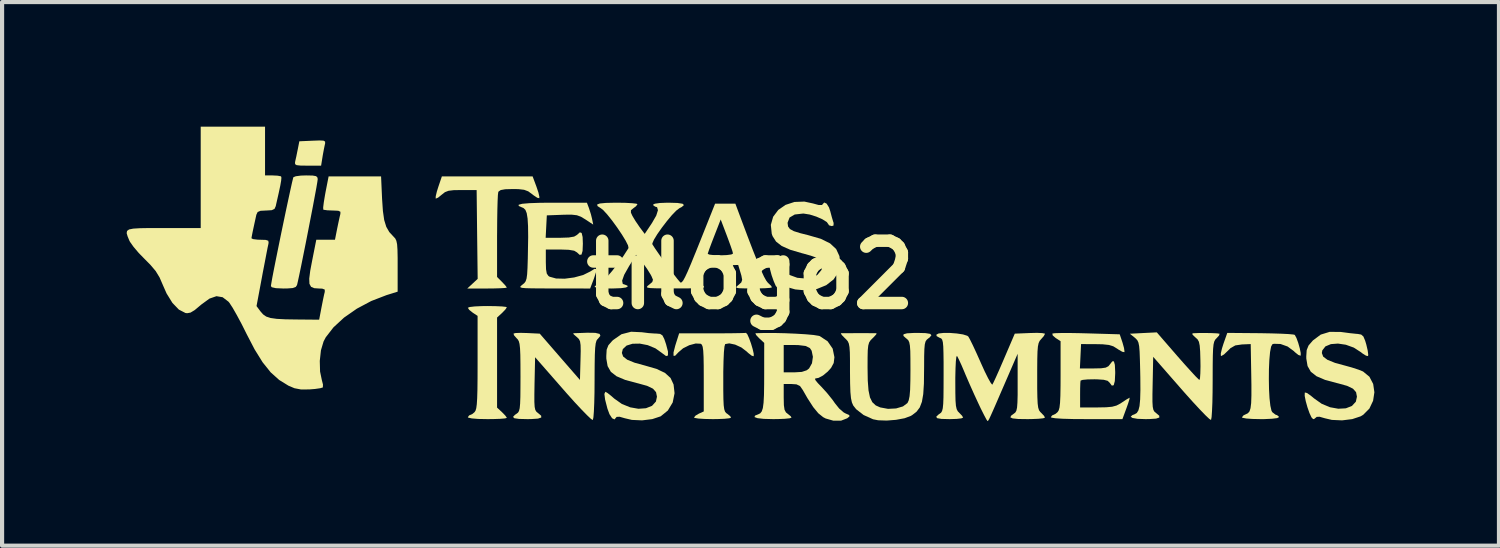
<source format=kicad_pcb>
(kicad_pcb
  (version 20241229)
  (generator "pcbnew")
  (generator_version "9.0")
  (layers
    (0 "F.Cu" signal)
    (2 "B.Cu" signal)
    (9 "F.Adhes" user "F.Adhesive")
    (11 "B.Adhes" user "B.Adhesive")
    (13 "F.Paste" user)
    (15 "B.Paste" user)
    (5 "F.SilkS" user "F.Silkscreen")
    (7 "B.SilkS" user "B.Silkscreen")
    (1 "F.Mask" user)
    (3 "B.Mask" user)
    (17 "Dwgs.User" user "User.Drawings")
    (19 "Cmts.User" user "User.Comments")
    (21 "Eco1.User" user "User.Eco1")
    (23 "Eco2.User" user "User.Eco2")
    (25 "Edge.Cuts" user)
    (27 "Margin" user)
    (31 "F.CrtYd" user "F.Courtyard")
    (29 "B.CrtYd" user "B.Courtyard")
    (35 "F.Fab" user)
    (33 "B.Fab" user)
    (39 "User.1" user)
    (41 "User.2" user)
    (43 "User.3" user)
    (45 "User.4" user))
  (footprint "tilogo2"
    (layer "F.Cu")
    (at 15.023 3.568)
    (property "Reference" "tilogo2" (at 0 0 0) (layer "F.SilkS") (effects (font (size 1.5 1.5) (thickness 0.3))))
    (attr board_only exclude_from_pos_files exclude_from_bom)
    (fp_poly (pts (xy -10.282 -3.231) (xy -10.245 -3.209) (xy -10.244 -3.164) (xy -10.251 -3.136) (xy -10.275 -3.02) (xy -10.303 -2.867) (xy -10.309 -2.829) (xy -10.341 -2.629) (xy -10.665 -2.629) (xy -10.834 -2.631) (xy -10.929 -2.641) (xy -10.967 -2.665) (xy -10.969 -2.71) (xy -10.964 -2.735) (xy -10.938 -2.851) (xy -10.908 -3) (xy -10.902 -3.028) (xy -10.865 -3.216) (xy -10.544 -3.23) (xy -10.376 -3.236)) (stroke (width 0) (type solid)) (fill yes) (layer "F.SilkS"))
    (fp_poly (pts (xy -10.545 -2.391) (xy -10.461 -2.376) (xy -10.428 -2.341) (xy -10.423 -2.301) (xy -10.432 -2.236) (xy -10.456 -2.093) (xy -10.494 -1.889) (xy -10.541 -1.637) (xy -10.596 -1.354) (xy -10.654 -1.055) (xy -10.713 -0.754) (xy -10.771 -0.466) (xy -10.823 -0.207) (xy -10.868 0.008) (xy -10.902 0.165) (xy -10.921 0.246) (xy -10.952 0.292) (xy -11.024 0.318) (xy -11.157 0.328) (xy -11.248 0.329) (xy -11.43 0.321) (xy -11.528 0.299) (xy -11.55 0.27) (xy -11.54 0.205) (xy -11.515 0.063) (xy -11.476 -0.139) (xy -11.426 -0.389) (xy -11.369 -0.67) (xy -11.308 -0.97) (xy -11.245 -1.272) (xy -11.184 -1.564) (xy -11.127 -1.83) (xy -11.078 -2.056) (xy -11.04 -2.227) (xy -11.015 -2.329) (xy -11.008 -2.351) (xy -10.95 -2.374) (xy -10.827 -2.39) (xy -10.702 -2.394)) (stroke (width 0) (type solid)) (fill yes) (layer "F.SilkS"))
    (fp_poly (pts (xy -6.141 0.754) (xy -5.985 0.761) (xy -5.889 0.772) (xy -5.869 0.781) (xy -5.9 0.83) (xy -5.976 0.91) (xy -5.986 0.92) (xy -6.104 1.028) (xy -6.104 2.113) (xy -6.104 3.197) (xy -5.986 3.306) (xy -5.907 3.387) (xy -5.869 3.441) (xy -5.869 3.444) (xy -5.912 3.457) (xy -6.03 3.467) (xy -6.202 3.473) (xy -6.338 3.474) (xy -6.556 3.47) (xy -6.714 3.457) (xy -6.798 3.438) (xy -6.808 3.427) (xy -6.774 3.382) (xy -6.764 3.38) (xy -6.699 3.35) (xy -6.647 3.307) (xy -6.623 3.271) (xy -6.605 3.211) (xy -6.592 3.115) (xy -6.583 2.97) (xy -6.577 2.767) (xy -6.574 2.494) (xy -6.573 2.139) (xy -6.573 2.11) (xy -6.573 0.988) (xy -6.69 0.911) (xy -6.774 0.844) (xy -6.808 0.793) (xy -6.764 0.775) (xy -6.646 0.761) (xy -6.475 0.753) (xy -6.338 0.751)) (stroke (width 0) (type solid)) (fill yes) (layer "F.SilkS"))
    (fp_poly (pts (xy -5.155 -2.121) (xy -5.108 -1.981) (xy -5.085 -1.88) (xy -5.088 -1.845) (xy -5.136 -1.856) (xy -5.225 -1.915) (xy -5.26 -1.943) (xy -5.354 -2.011) (xy -5.453 -2.048) (xy -5.59 -2.064) (xy -5.726 -2.066) (xy -5.908 -2.061) (xy -6.015 -2.042) (xy -6.067 -2.007) (xy -6.075 -1.992) (xy -6.084 -1.924) (xy -6.091 -1.777) (xy -6.097 -1.567) (xy -6.101 -1.309) (xy -6.103 -1.017) (xy -6.104 -0.933) (xy -6.104 0.051) (xy -5.986 0.169) (xy -5.908 0.252) (xy -5.87 0.304) (xy -5.869 0.307) (xy -5.912 0.316) (xy -6.03 0.323) (xy -6.202 0.328) (xy -6.345 0.329) (xy -6.821 0.329) (xy -6.696 0.213) (xy -6.571 0.097) (xy -6.584 -0.973) (xy -6.596 -2.042) (xy -6.957 -2.042) (xy -7.148 -2.039) (xy -7.273 -2.024) (xy -7.359 -1.991) (xy -7.433 -1.933) (xy -7.438 -1.929) (xy -7.523 -1.86) (xy -7.578 -1.836) (xy -7.582 -1.839) (xy -7.581 -1.892) (xy -7.554 -2.006) (xy -7.519 -2.117) (xy -7.433 -2.371) (xy -6.34 -2.371) (xy -5.248 -2.371)) (stroke (width 0) (type solid)) (fill yes) (layer "F.SilkS"))
    (fp_poly (pts (xy 12.277 1.405) (xy 12.542 1.41) (xy 12.773 1.417) (xy 12.954 1.426) (xy 13.07 1.437) (xy 13.104 1.446) (xy 13.144 1.519) (xy 13.187 1.637) (xy 13.224 1.768) (xy 13.247 1.881) (xy 13.247 1.943) (xy 13.244 1.946) (xy 13.192 1.93) (xy 13.107 1.862) (xy 13.078 1.834) (xy 12.932 1.726) (xy 12.761 1.665) (xy 12.602 1.66) (xy 12.565 1.671) (xy 12.534 1.728) (xy 12.509 1.86) (xy 12.492 2.047) (xy 12.482 2.271) (xy 12.48 2.512) (xy 12.484 2.752) (xy 12.496 2.971) (xy 12.516 3.15) (xy 12.543 3.271) (xy 12.563 3.307) (xy 12.639 3.366) (xy 12.68 3.38) (xy 12.722 3.416) (xy 12.723 3.427) (xy 12.679 3.45) (xy 12.555 3.465) (xy 12.366 3.474) (xy 12.277 3.474) (xy 12.086 3.47) (xy 11.935 3.459) (xy 11.847 3.442) (xy 11.831 3.431) (xy 11.87 3.383) (xy 11.925 3.357) (xy 11.976 3.332) (xy 12.014 3.288) (xy 12.039 3.21) (xy 12.054 3.087) (xy 12.06 2.905) (xy 12.06 2.652) (xy 12.056 2.394) (xy 12.043 1.667) (xy 11.831 1.676) (xy 11.673 1.699) (xy 11.559 1.763) (xy 11.488 1.833) (xy 11.4 1.917) (xy 11.338 1.953) (xy 11.325 1.951) (xy 11.323 1.894) (xy 11.35 1.777) (xy 11.387 1.659) (xy 11.479 1.398)) (stroke (width 0) (type solid)) (fill yes) (layer "F.SilkS"))
    (fp_poly (pts (xy -0.079 1.43) (xy -0.036 1.525) (xy 0.011 1.654) (xy 0.051 1.789) (xy 0.076 1.9) (xy 0.076 1.958) (xy 0.075 1.96) (xy 0.028 1.947) (xy -0.056 1.882) (xy -0.095 1.845) (xy -0.221 1.749) (xy -0.371 1.68) (xy -0.513 1.65) (xy -0.611 1.667) (xy -0.628 1.723) (xy -0.642 1.861) (xy -0.651 2.069) (xy -0.657 2.334) (xy -0.657 2.491) (xy -0.657 2.782) (xy -0.654 2.994) (xy -0.647 3.141) (xy -0.634 3.236) (xy -0.615 3.293) (xy -0.587 3.328) (xy -0.563 3.344) (xy -0.49 3.403) (xy -0.47 3.439) (xy -0.513 3.454) (xy -0.63 3.466) (xy -0.8 3.473) (xy -0.916 3.474) (xy -1.107 3.47) (xy -1.258 3.46) (xy -1.346 3.445) (xy -1.362 3.435) (xy -1.324 3.389) (xy -1.244 3.342) (xy -1.127 3.289) (xy -1.127 2.488) (xy -1.128 2.191) (xy -1.132 1.975) (xy -1.14 1.826) (xy -1.153 1.733) (xy -1.173 1.682) (xy -1.2 1.659) (xy -1.201 1.659) (xy -1.321 1.653) (xy -1.475 1.694) (xy -1.625 1.769) (xy -1.735 1.863) (xy -1.816 1.948) (xy -1.855 1.95) (xy -1.855 1.868) (xy -1.813 1.703) (xy -1.803 1.671) (xy -1.72 1.409) (xy -0.93 1.409) (xy -0.667 1.408) (xy -0.437 1.406) (xy -0.257 1.403) (xy -0.143 1.4) (xy -0.11 1.397)) (stroke (width 0) (type solid)) (fill yes) (layer "F.SilkS"))
    (fp_poly (pts (xy -2.619 1.382) (xy -2.451 1.403) (xy -2.292 1.414) (xy -2.267 1.414) (xy -2.178 1.422) (xy -2.122 1.458) (xy -2.078 1.544) (xy -2.035 1.67) (xy -1.989 1.846) (xy -1.989 1.942) (xy -2.034 1.956) (xy -2.125 1.889) (xy -2.125 1.888) (xy -2.289 1.771) (xy -2.476 1.693) (xy -2.666 1.656) (xy -2.842 1.659) (xy -2.985 1.703) (xy -3.076 1.788) (xy -3.099 1.88) (xy -3.068 1.967) (xy -2.968 2.045) (xy -2.792 2.116) (xy -2.554 2.181) (xy -2.266 2.264) (xy -2.061 2.361) (xy -1.927 2.483) (xy -1.854 2.64) (xy -1.831 2.842) (xy -1.831 2.855) (xy -1.875 3.073) (xy -1.992 3.267) (xy -2.163 3.406) (xy -2.165 3.407) (xy -2.367 3.474) (xy -2.612 3.504) (xy -2.858 3.493) (xy -3.028 3.453) (xy -3.154 3.417) (xy -3.225 3.42) (xy -3.232 3.429) (xy -3.276 3.481) (xy -3.334 3.453) (xy -3.397 3.356) (xy -3.447 3.221) (xy -3.503 3.002) (xy -3.52 2.867) (xy -3.496 2.817) (xy -3.492 2.817) (xy -3.443 2.846) (xy -3.35 2.92) (xy -3.283 2.979) (xy -3.099 3.109) (xy -2.899 3.19) (xy -2.7 3.225) (xy -2.519 3.212) (xy -2.373 3.154) (xy -2.279 3.051) (xy -2.254 2.934) (xy -2.276 2.825) (xy -2.35 2.741) (xy -2.491 2.673) (xy -2.712 2.612) (xy -2.729 2.608) (xy -3.019 2.53) (xy -3.227 2.442) (xy -3.364 2.335) (xy -3.442 2.198) (xy -3.473 2.02) (xy -3.474 1.955) (xy -3.465 1.802) (xy -3.424 1.696) (xy -3.332 1.591) (xy -3.309 1.569) (xy -3.108 1.43) (xy -2.876 1.37)) (stroke (width 0) (type solid)) (fill yes) (layer "F.SilkS"))
    (fp_poly (pts (xy -3.892 -1.608) (xy -3.844 -1.458) (xy -3.816 -1.345) (xy -3.789 -1.21) (xy -3.978 -1.335) (xy -4.084 -1.399) (xy -4.182 -1.435) (xy -4.305 -1.449) (xy -4.482 -1.448) (xy -4.536 -1.446) (xy -4.906 -1.432) (xy -4.92 -1.162) (xy -4.934 -0.892) (xy -4.586 -0.892) (xy -4.378 -0.899) (xy -4.248 -0.921) (xy -4.179 -0.962) (xy -4.179 -0.962) (xy -4.11 -1.024) (xy -4.067 -1.008) (xy -4.044 -0.91) (xy -4.038 -0.751) (xy -4.045 -0.576) (xy -4.071 -0.488) (xy -4.117 -0.482) (xy -4.179 -0.54) (xy -4.247 -0.581) (xy -4.377 -0.603) (xy -4.583 -0.61) (xy -4.93 -0.61) (xy -4.93 -0.307) (xy -4.925 -0.134) (xy -4.907 -0.031) (xy -4.868 0.026) (xy -4.839 0.045) (xy -4.683 0.088) (xy -4.476 0.093) (xy -4.248 0.063) (xy -4.031 0.004) (xy -3.857 -0.082) (xy -3.842 -0.092) (xy -3.755 -0.146) (xy -3.716 -0.138) (xy -3.722 -0.062) (xy -3.772 0.091) (xy -3.786 0.128) (xy -3.863 0.329) (xy -4.737 0.328) (xy -5.042 0.327) (xy -5.265 0.325) (xy -5.415 0.321) (xy -5.504 0.313) (xy -5.543 0.299) (xy -5.542 0.279) (xy -5.513 0.252) (xy -5.493 0.236) (xy -5.448 0.199) (xy -5.416 0.155) (xy -5.394 0.089) (xy -5.38 -0.013) (xy -5.371 -0.169) (xy -5.364 -0.394) (xy -5.361 -0.57) (xy -5.355 -0.91) (xy -5.358 -1.169) (xy -5.369 -1.356) (xy -5.39 -1.485) (xy -5.422 -1.565) (xy -5.468 -1.609) (xy -5.495 -1.62) (xy -5.583 -1.658) (xy -5.584 -1.688) (xy -5.498 -1.711) (xy -5.322 -1.726) (xy -5.056 -1.735) (xy -4.764 -1.737) (xy -3.941 -1.737)) (stroke (width 0) (type solid)) (fill yes) (layer "F.SilkS"))
    (fp_poly (pts (xy -3.739 1.397) (xy -3.635 1.422) (xy -3.616 1.469) (xy -3.678 1.543) (xy -3.686 1.549) (xy -3.71 1.584) (xy -3.729 1.651) (xy -3.742 1.76) (xy -3.75 1.925) (xy -3.754 2.158) (xy -3.756 2.47) (xy -3.756 2.538) (xy -3.758 2.83) (xy -3.764 3.085) (xy -3.773 3.29) (xy -3.784 3.431) (xy -3.798 3.494) (xy -3.799 3.496) (xy -3.842 3.47) (xy -3.935 3.382) (xy -4.071 3.243) (xy -4.24 3.062) (xy -4.431 2.849) (xy -4.515 2.753) (xy -5.188 1.984) (xy -5.202 2.624) (xy -5.206 2.881) (xy -5.206 3.061) (xy -5.199 3.18) (xy -5.183 3.253) (xy -5.156 3.297) (xy -5.119 3.327) (xy -5.042 3.392) (xy -5.04 3.436) (xy -5.119 3.462) (xy -5.284 3.473) (xy -5.376 3.474) (xy -5.576 3.469) (xy -5.688 3.453) (xy -5.72 3.421) (xy -5.675 3.372) (xy -5.634 3.344) (xy -5.6 3.318) (xy -5.576 3.278) (xy -5.559 3.21) (xy -5.549 3.102) (xy -5.543 2.938) (xy -5.541 2.706) (xy -5.54 2.448) (xy -5.541 2.147) (xy -5.544 1.925) (xy -5.551 1.769) (xy -5.563 1.664) (xy -5.581 1.597) (xy -5.608 1.552) (xy -5.633 1.527) (xy -5.696 1.455) (xy -5.708 1.414) (xy -5.656 1.401) (xy -5.536 1.397) (xy -5.383 1.401) (xy -5.076 1.416) (xy -4.592 1.974) (xy -4.108 2.531) (xy -4.095 2.053) (xy -4.09 1.836) (xy -4.093 1.692) (xy -4.106 1.601) (xy -4.134 1.545) (xy -4.179 1.501) (xy -4.189 1.493) (xy -4.257 1.434) (xy -4.272 1.407) (xy -4.272 1.407) (xy -4.217 1.404) (xy -4.094 1.4) (xy -3.932 1.394)) (stroke (width 0) (type solid)) (fill yes) (layer "F.SilkS"))
    (fp_poly (pts (xy 14.209 1.375) (xy 14.264 1.382) (xy 14.43 1.404) (xy 14.582 1.42) (xy 14.621 1.423) (xy 14.703 1.438) (xy 14.756 1.484) (xy 14.799 1.586) (xy 14.827 1.68) (xy 14.86 1.822) (xy 14.873 1.924) (xy 14.868 1.956) (xy 14.819 1.946) (xy 14.729 1.889) (xy 14.699 1.864) (xy 14.525 1.752) (xy 14.334 1.683) (xy 14.144 1.655) (xy 13.974 1.668) (xy 13.842 1.723) (xy 13.767 1.819) (xy 13.756 1.883) (xy 13.789 1.97) (xy 13.892 2.047) (xy 14.074 2.12) (xy 14.291 2.179) (xy 14.476 2.23) (xy 14.642 2.284) (xy 14.748 2.327) (xy 14.901 2.453) (xy 14.992 2.627) (xy 15.021 2.828) (xy 14.99 3.032) (xy 14.901 3.22) (xy 14.753 3.369) (xy 14.69 3.407) (xy 14.488 3.474) (xy 14.243 3.504) (xy 13.997 3.493) (xy 13.827 3.453) (xy 13.701 3.417) (xy 13.63 3.42) (xy 13.623 3.429) (xy 13.57 3.471) (xy 13.546 3.474) (xy 13.507 3.433) (xy 13.458 3.328) (xy 13.409 3.188) (xy 13.368 3.041) (xy 13.343 2.915) (xy 13.345 2.84) (xy 13.349 2.833) (xy 13.397 2.845) (xy 13.488 2.908) (xy 13.565 2.972) (xy 13.751 3.104) (xy 13.952 3.188) (xy 14.152 3.224) (xy 14.334 3.214) (xy 14.48 3.157) (xy 14.575 3.054) (xy 14.601 2.934) (xy 14.58 2.825) (xy 14.505 2.741) (xy 14.364 2.673) (xy 14.144 2.612) (xy 14.126 2.608) (xy 13.835 2.53) (xy 13.627 2.441) (xy 13.49 2.333) (xy 13.412 2.196) (xy 13.382 2.018) (xy 13.381 1.963) (xy 13.391 1.812) (xy 13.436 1.701) (xy 13.536 1.585) (xy 13.544 1.577) (xy 13.729 1.439) (xy 13.944 1.373)) (stroke (width 0) (type solid)) (fill yes) (layer "F.SilkS"))
    (fp_poly (pts (xy 1.503 -1.719) (xy 1.638 -1.682) (xy 1.718 -1.681) (xy 1.729 -1.692) (xy 1.773 -1.742) (xy 1.831 -1.715) (xy 1.888 -1.624) (xy 1.919 -1.532) (xy 1.957 -1.388) (xy 1.991 -1.275) (xy 2 -1.25) (xy 1.997 -1.186) (xy 1.953 -1.174) (xy 1.888 -1.193) (xy 1.878 -1.212) (xy 1.836 -1.271) (xy 1.73 -1.338) (xy 1.584 -1.402) (xy 1.426 -1.452) (xy 1.281 -1.475) (xy 1.265 -1.476) (xy 1.064 -1.453) (xy 0.939 -1.38) (xy 0.892 -1.257) (xy 0.892 -1.244) (xy 0.903 -1.164) (xy 0.948 -1.103) (xy 1.041 -1.052) (xy 1.198 -1.003) (xy 1.382 -0.957) (xy 1.691 -0.868) (xy 1.914 -0.758) (xy 2.061 -0.621) (xy 2.14 -0.451) (xy 2.159 -0.282) (xy 2.117 -0.069) (xy 2 0.11) (xy 1.822 0.249) (xy 1.599 0.34) (xy 1.345 0.376) (xy 1.075 0.351) (xy 0.929 0.309) (xy 0.796 0.275) (xy 0.739 0.294) (xy 0.739 0.296) (xy 0.689 0.325) (xy 0.65 0.318) (xy 0.606 0.264) (xy 0.556 0.15) (xy 0.506 0.007) (xy 0.468 -0.136) (xy 0.45 -0.25) (xy 0.458 -0.301) (xy 0.504 -0.287) (xy 0.595 -0.225) (xy 0.672 -0.163) (xy 0.893 -0.014) (xy 1.125 0.071) (xy 1.348 0.091) (xy 1.542 0.041) (xy 1.613 -0.003) (xy 1.709 -0.12) (xy 1.734 -0.247) (xy 1.686 -0.358) (xy 1.669 -0.374) (xy 1.593 -0.412) (xy 1.452 -0.461) (xy 1.276 -0.511) (xy 1.24 -0.52) (xy 0.955 -0.604) (xy 0.751 -0.694) (xy 0.614 -0.801) (xy 0.53 -0.932) (xy 0.51 -0.988) (xy 0.488 -1.204) (xy 0.544 -1.399) (xy 0.667 -1.563) (xy 0.843 -1.685) (xy 1.057 -1.755) (xy 1.296 -1.764)) (stroke (width 0) (type solid)) (fill yes) (layer "F.SilkS"))
    (fp_poly (pts (xy 7.907 1.404) (xy 8.102 1.409) (xy 8.889 1.432) (xy 8.957 1.634) (xy 8.992 1.76) (xy 9.004 1.845) (xy 9 1.862) (xy 8.95 1.852) (xy 8.858 1.799) (xy 8.829 1.779) (xy 8.735 1.721) (xy 8.627 1.688) (xy 8.476 1.672) (xy 8.321 1.669) (xy 7.958 1.667) (xy 7.944 1.96) (xy 7.93 2.254) (xy 8.261 2.254) (xy 8.441 2.25) (xy 8.552 2.234) (xy 8.617 2.2) (xy 8.65 2.16) (xy 8.71 2.083) (xy 8.749 2.083) (xy 8.772 2.167) (xy 8.78 2.338) (xy 8.78 2.371) (xy 8.771 2.559) (xy 8.744 2.658) (xy 8.699 2.667) (xy 8.646 2.597) (xy 8.599 2.552) (xy 8.505 2.527) (xy 8.344 2.516) (xy 8.28 2.515) (xy 8.118 2.518) (xy 7.998 2.529) (xy 7.947 2.546) (xy 7.946 2.547) (xy 7.94 2.609) (xy 7.936 2.736) (xy 7.935 2.887) (xy 7.935 3.193) (xy 8.351 3.193) (xy 8.561 3.189) (xy 8.705 3.176) (xy 8.81 3.148) (xy 8.904 3.099) (xy 8.94 3.075) (xy 9.047 3.004) (xy 9.117 2.963) (xy 9.128 2.958) (xy 9.122 2.998) (xy 9.09 3.101) (xy 9.049 3.216) (xy 8.954 3.474) (xy 8.092 3.474) (xy 7.765 3.472) (xy 7.511 3.465) (xy 7.334 3.453) (xy 7.243 3.437) (xy 7.23 3.427) (xy 7.264 3.382) (xy 7.274 3.38) (xy 7.339 3.35) (xy 7.391 3.307) (xy 7.419 3.265) (xy 7.439 3.194) (xy 7.452 3.081) (xy 7.46 2.912) (xy 7.464 2.674) (xy 7.465 2.416) (xy 7.465 1.598) (xy 7.345 1.52) (xy 7.275 1.458) (xy 7.267 1.415) (xy 7.27 1.413) (xy 7.33 1.405) (xy 7.467 1.401) (xy 7.665 1.4)) (stroke (width 0) (type solid)) (fill yes) (layer "F.SilkS"))
    (fp_poly (pts (xy 10.278 1.957) (xy 10.448 2.15) (xy 10.597 2.315) (xy 10.714 2.442) (xy 10.789 2.516) (xy 10.809 2.532) (xy 10.822 2.49) (xy 10.83 2.373) (xy 10.834 2.202) (xy 10.832 2.063) (xy 10.826 1.846) (xy 10.815 1.703) (xy 10.796 1.612) (xy 10.763 1.553) (xy 10.711 1.506) (xy 10.705 1.501) (xy 10.641 1.439) (xy 10.641 1.408) (xy 10.646 1.407) (xy 10.79 1.401) (xy 10.955 1.4) (xy 11.112 1.403) (xy 11.235 1.409) (xy 11.293 1.418) (xy 11.294 1.419) (xy 11.28 1.462) (xy 11.221 1.526) (xy 11.189 1.56) (xy 11.165 1.606) (xy 11.148 1.677) (xy 11.137 1.787) (xy 11.131 1.947) (xy 11.128 2.173) (xy 11.127 2.477) (xy 11.127 2.54) (xy 11.125 2.826) (xy 11.12 3.078) (xy 11.111 3.283) (xy 11.101 3.426) (xy 11.088 3.492) (xy 11.086 3.494) (xy 11.045 3.468) (xy 10.952 3.38) (xy 10.817 3.24) (xy 10.649 3.059) (xy 10.457 2.845) (xy 10.37 2.746) (xy 9.695 1.974) (xy 9.682 2.618) (xy 9.677 2.877) (xy 9.677 3.058) (xy 9.684 3.178) (xy 9.7 3.252) (xy 9.726 3.296) (xy 9.764 3.327) (xy 9.841 3.392) (xy 9.843 3.436) (xy 9.764 3.462) (xy 9.599 3.473) (xy 9.507 3.474) (xy 9.317 3.467) (xy 9.196 3.446) (xy 9.153 3.416) (xy 9.193 3.378) (xy 9.248 3.357) (xy 9.3 3.326) (xy 9.339 3.264) (xy 9.366 3.159) (xy 9.381 2.999) (xy 9.387 2.774) (xy 9.385 2.471) (xy 9.382 2.315) (xy 9.375 2.043) (xy 9.368 1.848) (xy 9.357 1.716) (xy 9.339 1.63) (xy 9.313 1.575) (xy 9.275 1.534) (xy 9.25 1.512) (xy 9.133 1.418) (xy 9.457 1.401) (xy 9.782 1.385)) (stroke (width 0) (type solid)) (fill yes) (layer "F.SilkS"))
    (fp_poly (pts (xy 0.575 1.4) (xy 0.836 1.406) (xy 1.094 1.417) (xy 1.327 1.431) (xy 1.516 1.448) (xy 1.639 1.468) (xy 1.666 1.475) (xy 1.855 1.6) (xy 1.977 1.777) (xy 2.019 1.983) (xy 2.002 2.123) (xy 1.939 2.24) (xy 1.859 2.329) (xy 1.744 2.424) (xy 1.637 2.481) (xy 1.6 2.488) (xy 1.554 2.497) (xy 1.558 2.531) (xy 1.619 2.606) (xy 1.701 2.691) (xy 1.839 2.842) (xy 1.972 3.007) (xy 2.031 3.091) (xy 2.134 3.219) (xy 2.244 3.314) (xy 2.289 3.338) (xy 2.376 3.376) (xy 2.382 3.409) (xy 2.327 3.454) (xy 2.18 3.511) (xy 1.995 3.512) (xy 1.809 3.459) (xy 1.748 3.427) (xy 1.632 3.334) (xy 1.509 3.185) (xy 1.369 2.968) (xy 1.258 2.774) (xy 1.191 2.678) (xy 1.106 2.637) (xy 0.988 2.629) (xy 0.798 2.629) (xy 0.798 2.957) (xy 0.802 3.138) (xy 0.818 3.248) (xy 0.852 3.312) (xy 0.892 3.344) (xy 0.965 3.403) (xy 0.986 3.439) (xy 0.942 3.454) (xy 0.825 3.466) (xy 0.655 3.473) (xy 0.54 3.474) (xy 0.316 3.468) (xy 0.166 3.451) (xy 0.095 3.425) (xy 0.107 3.39) (xy 0.183 3.359) (xy 0.233 3.334) (xy 0.27 3.287) (xy 0.296 3.207) (xy 0.313 3.079) (xy 0.323 2.893) (xy 0.327 2.634) (xy 0.328 2.38) (xy 0.328 2.019) (xy 0.798 2.019) (xy 0.798 2.348) (xy 1.056 2.348) (xy 1.234 2.337) (xy 1.35 2.299) (xy 1.409 2.254) (xy 1.479 2.129) (xy 1.501 1.974) (xy 1.471 1.828) (xy 1.429 1.764) (xy 1.327 1.713) (xy 1.146 1.691) (xy 1.076 1.69) (xy 0.798 1.69) (xy 0.798 2.019) (xy 0.328 2.019) (xy 0.329 1.639) (xy 0.204 1.524) (xy 0.134 1.449) (xy 0.117 1.408) (xy 0.122 1.406) (xy 0.33 1.4)) (stroke (width 0) (type solid)) (fill yes) (layer "F.SilkS"))
    (fp_poly (pts (xy 4.213 1.403) (xy 4.324 1.421) (xy 4.355 1.454) (xy 4.313 1.506) (xy 4.281 1.53) (xy 4.241 1.563) (xy 4.213 1.606) (xy 4.195 1.677) (xy 4.185 1.789) (xy 4.18 1.96) (xy 4.179 2.204) (xy 4.178 2.291) (xy 4.174 2.621) (xy 4.158 2.871) (xy 4.126 3.057) (xy 4.074 3.193) (xy 3.998 3.294) (xy 3.893 3.376) (xy 3.858 3.397) (xy 3.708 3.453) (xy 3.503 3.491) (xy 3.279 3.509) (xy 3.073 3.502) (xy 2.95 3.478) (xy 2.721 3.375) (xy 2.543 3.236) (xy 2.471 3.144) (xy 2.44 3.072) (xy 2.418 2.97) (xy 2.404 2.823) (xy 2.397 2.614) (xy 2.394 2.327) (xy 2.394 2.326) (xy 2.394 2.059) (xy 2.391 1.869) (xy 2.382 1.74) (xy 2.366 1.655) (xy 2.34 1.598) (xy 2.3 1.552) (xy 2.27 1.524) (xy 2.197 1.449) (xy 2.173 1.408) (xy 2.176 1.406) (xy 2.234 1.405) (xy 2.362 1.405) (xy 2.536 1.404) (xy 2.606 1.404) (xy 2.791 1.404) (xy 2.938 1.405) (xy 3.024 1.406) (xy 3.035 1.406) (xy 3.025 1.435) (xy 2.962 1.504) (xy 2.941 1.524) (xy 2.89 1.575) (xy 2.855 1.628) (xy 2.834 1.702) (xy 2.822 1.814) (xy 2.818 1.984) (xy 2.817 2.229) (xy 2.817 2.229) (xy 2.822 2.546) (xy 2.84 2.782) (xy 2.875 2.951) (xy 2.932 3.067) (xy 3.014 3.144) (xy 3.121 3.192) (xy 3.31 3.227) (xy 3.504 3.217) (xy 3.67 3.168) (xy 3.779 3.086) (xy 3.779 3.085) (xy 3.808 3.022) (xy 3.829 2.921) (xy 3.842 2.768) (xy 3.848 2.548) (xy 3.85 2.293) (xy 3.849 2.024) (xy 3.846 1.833) (xy 3.837 1.705) (xy 3.821 1.624) (xy 3.797 1.574) (xy 3.76 1.539) (xy 3.747 1.53) (xy 3.68 1.47) (xy 3.684 1.431) (xy 3.767 1.408) (xy 3.934 1.399) (xy 4.014 1.398)) (stroke (width 0) (type solid)) (fill yes) (layer "F.SilkS"))
    (fp_poly (pts (xy 7.025 1.403) (xy 7.087 1.416) (xy 7.09 1.42) (xy 7.06 1.476) (xy 6.996 1.549) (xy 6.961 1.59) (xy 6.936 1.644) (xy 6.919 1.725) (xy 6.909 1.847) (xy 6.904 2.026) (xy 6.902 2.277) (xy 6.902 2.442) (xy 6.902 2.735) (xy 6.906 2.949) (xy 6.913 3.098) (xy 6.926 3.197) (xy 6.946 3.26) (xy 6.975 3.301) (xy 6.996 3.321) (xy 7.066 3.394) (xy 7.089 3.438) (xy 7.046 3.454) (xy 6.93 3.466) (xy 6.761 3.473) (xy 6.667 3.474) (xy 6.446 3.471) (xy 6.311 3.457) (xy 6.256 3.432) (xy 6.273 3.392) (xy 6.338 3.344) (xy 6.375 3.315) (xy 6.4 3.271) (xy 6.417 3.195) (xy 6.426 3.074) (xy 6.431 2.891) (xy 6.431 2.632) (xy 6.431 2.594) (xy 6.431 1.901) (xy 6.146 2.559) (xy 6.011 2.87) (xy 5.909 3.106) (xy 5.834 3.277) (xy 5.782 3.393) (xy 5.748 3.465) (xy 5.727 3.503) (xy 5.715 3.518) (xy 5.706 3.521) (xy 5.706 3.521) (xy 5.679 3.482) (xy 5.622 3.375) (xy 5.544 3.22) (xy 5.492 3.11) (xy 5.384 2.877) (xy 5.271 2.624) (xy 5.173 2.397) (xy 5.153 2.348) (xy 5.08 2.177) (xy 5.017 2.04) (xy 4.975 1.959) (xy 4.969 1.951) (xy 4.955 1.979) (xy 4.943 2.085) (xy 4.935 2.255) (xy 4.93 2.473) (xy 4.93 2.573) (xy 4.931 2.839) (xy 4.935 3.027) (xy 4.945 3.153) (xy 4.963 3.234) (xy 4.99 3.286) (xy 5.024 3.321) (xy 5.094 3.394) (xy 5.118 3.438) (xy 5.075 3.456) (xy 4.961 3.469) (xy 4.802 3.474) (xy 4.789 3.474) (xy 4.596 3.469) (xy 4.492 3.451) (xy 4.47 3.417) (xy 4.525 3.364) (xy 4.554 3.344) (xy 4.587 3.319) (xy 4.611 3.279) (xy 4.628 3.213) (xy 4.639 3.107) (xy 4.645 2.948) (xy 4.647 2.721) (xy 4.648 2.414) (xy 4.648 2.413) (xy 4.648 2.107) (xy 4.645 1.882) (xy 4.64 1.724) (xy 4.63 1.622) (xy 4.614 1.562) (xy 4.591 1.532) (xy 4.559 1.517) (xy 4.552 1.516) (xy 4.482 1.476) (xy 4.473 1.442) (xy 4.527 1.412) (xy 4.646 1.399) (xy 4.802 1.399) (xy 4.968 1.412) (xy 5.116 1.435) (xy 5.218 1.467) (xy 5.244 1.487) (xy 5.283 1.556) (xy 5.351 1.693) (xy 5.437 1.878) (xy 5.533 2.092) (xy 5.545 2.12) (xy 5.638 2.325) (xy 5.72 2.49) (xy 5.783 2.601) (xy 5.818 2.644) (xy 5.822 2.643) (xy 5.851 2.588) (xy 5.909 2.464) (xy 5.988 2.287) (xy 6.08 2.074) (xy 6.107 2.011) (xy 6.362 1.416) (xy 6.726 1.401) (xy 6.897 1.397)) (stroke (width 0) (type solid)) (fill yes) (layer "F.SilkS"))
    (fp_poly (pts (xy -11.691 -2.981) (xy -11.691 -2.394) (xy -11.511 -2.394) (xy -11.388 -2.388) (xy -11.311 -2.373) (xy -11.304 -2.368) (xy -11.297 -2.339) (xy -11.303 -2.269) (xy -11.324 -2.148) (xy -11.364 -1.961) (xy -11.424 -1.697) (xy -11.433 -1.655) (xy -11.463 -1.588) (xy -11.529 -1.557) (xy -11.659 -1.549) (xy -11.667 -1.549) (xy -11.801 -1.542) (xy -11.869 -1.513) (xy -11.9 -1.448) (xy -11.901 -1.444) (xy -11.951 -1.215) (xy -11.99 -1.034) (xy -12.013 -0.915) (xy -12.018 -0.88) (xy -11.977 -0.86) (xy -11.871 -0.847) (xy -11.803 -0.845) (xy -11.672 -0.841) (xy -11.613 -0.821) (xy -11.605 -0.773) (xy -11.611 -0.739) (xy -11.629 -0.657) (xy -11.659 -0.502) (xy -11.699 -0.293) (xy -11.746 -0.05) (xy -11.766 0.059) (xy -11.896 0.752) (xy -11.801 0.88) (xy -11.737 0.953) (xy -11.662 1.005) (xy -11.558 1.039) (xy -11.409 1.06) (xy -11.199 1.071) (xy -10.934 1.075) (xy -10.388 1.08) (xy -10.332 0.786) (xy -10.299 0.619) (xy -10.27 0.48) (xy -10.253 0.411) (xy -10.253 0.355) (xy -10.314 0.332) (xy -10.391 0.329) (xy -10.507 0.321) (xy -10.583 0.288) (xy -10.622 0.216) (xy -10.627 0.092) (xy -10.603 -0.097) (xy -10.56 -0.325) (xy -10.457 -0.845) (xy -10.232 -0.845) (xy -10.007 -0.845) (xy -9.954 -1.115) (xy -9.92 -1.277) (xy -9.891 -1.41) (xy -9.877 -1.467) (xy -9.876 -1.519) (xy -9.927 -1.543) (xy -10.05 -1.549) (xy -10.06 -1.549) (xy -10.19 -1.554) (xy -10.275 -1.566) (xy -10.289 -1.572) (xy -10.291 -1.625) (xy -10.276 -1.747) (xy -10.248 -1.916) (xy -10.236 -1.983) (xy -10.16 -2.371) (xy -9.529 -2.371) (xy -8.897 -2.371) (xy -8.873 -1.831) (xy -8.853 -1.538) (xy -8.822 -1.32) (xy -8.772 -1.157) (xy -8.699 -1.03) (xy -8.597 -0.92) (xy -8.556 -0.876) (xy -8.529 -0.82) (xy -8.511 -0.734) (xy -8.502 -0.601) (xy -8.498 -0.404) (xy -8.498 -0.213) (xy -8.498 0.405) (xy -8.768 0.489) (xy -9.133 0.63) (xy -9.479 0.814) (xy -9.788 1.029) (xy -10.043 1.264) (xy -10.229 1.504) (xy -10.282 1.605) (xy -10.345 1.817) (xy -10.373 2.073) (xy -10.366 2.329) (xy -10.324 2.531) (xy -10.296 2.641) (xy -10.299 2.708) (xy -10.302 2.712) (xy -10.362 2.73) (xy -10.487 2.748) (xy -10.624 2.759) (xy -10.826 2.76) (xy -10.983 2.73) (xy -11.127 2.669) (xy -11.351 2.531) (xy -11.555 2.348) (xy -11.749 2.106) (xy -11.942 1.795) (xy -12.135 1.424) (xy -12.254 1.186) (xy -12.37 0.97) (xy -12.471 0.793) (xy -12.549 0.674) (xy -12.572 0.646) (xy -12.712 0.539) (xy -12.861 0.514) (xy -13.029 0.572) (xy -13.224 0.714) (xy -13.244 0.731) (xy -13.385 0.849) (xy -13.485 0.909) (xy -13.567 0.924) (xy -13.609 0.918) (xy -13.766 0.837) (xy -13.921 0.676) (xy -14.062 0.448) (xy -14.149 0.251) (xy -14.231 0.062) (xy -14.325 -0.092) (xy -14.454 -0.244) (xy -14.584 -0.375) (xy -14.732 -0.526) (xy -14.858 -0.675) (xy -14.943 -0.795) (xy -14.959 -0.826) (xy -15.001 -0.928) (xy -15.023 -1.004) (xy -15.014 -1.057) (xy -14.965 -1.093) (xy -14.865 -1.113) (xy -14.703 -1.123) (xy -14.468 -1.127) (xy -14.15 -1.127) (xy -14.132 -1.127) (xy -13.24 -1.127) (xy -13.24 -2.348) (xy -13.24 -3.568) (xy -12.465 -3.568) (xy -11.691 -3.568)) (stroke (width 0) (type solid)) (fill yes) (layer "F.SilkS"))
    (fp_poly (pts (xy -1.759 -1.731) (xy -1.637 -1.712) (xy -1.604 -1.68) (xy -1.658 -1.633) (xy -1.713 -1.605) (xy -1.79 -1.546) (xy -1.897 -1.435) (xy -2.017 -1.291) (xy -2.138 -1.133) (xy -2.246 -0.979) (xy -2.326 -0.848) (xy -2.365 -0.758) (xy -2.364 -0.735) (xy -2.304 -0.641) (xy -2.21 -0.505) (xy -2.097 -0.345) (xy -1.975 -0.18) (xy -1.86 -0.027) (xy -1.764 0.097) (xy -1.7 0.173) (xy -1.682 0.188) (xy -1.655 0.176) (xy -1.621 0.134) (xy -1.576 0.052) (xy -1.515 -0.079) (xy -1.434 -0.269) (xy -1.338 -0.505) (xy -1.031 -0.505) (xy -0.989 -0.487) (xy -0.878 -0.474) (xy -0.728 -0.47) (xy -0.572 -0.476) (xy -0.462 -0.491) (xy -0.423 -0.512) (xy -0.438 -0.573) (xy -0.481 -0.699) (xy -0.542 -0.866) (xy -0.571 -0.944) (xy -0.719 -1.333) (xy -0.874 -0.936) (xy -0.943 -0.757) (xy -0.997 -0.612) (xy -1.027 -0.522) (xy -1.031 -0.505) (xy -1.338 -0.505) (xy -1.328 -0.528) (xy -1.193 -0.864) (xy -1.191 -0.869) (xy -0.854 -1.714) (xy -0.61 -1.714) (xy -0.366 -1.714) (xy -0.235 -1.362) (xy -0.074 -0.933) (xy 0.059 -0.586) (xy 0.168 -0.313) (xy 0.255 -0.106) (xy 0.323 0.042) (xy 0.377 0.139) (xy 0.418 0.192) (xy 0.422 0.195) (xy 0.493 0.263) (xy 0.516 0.301) (xy 0.473 0.313) (xy 0.356 0.322) (xy 0.185 0.327) (xy 0.059 0.328) (xy -0.15 0.326) (xy -0.278 0.322) (xy -0.338 0.311) (xy -0.344 0.29) (xy -0.308 0.257) (xy -0.289 0.242) (xy -0.223 0.182) (xy -0.202 0.12) (xy -0.221 0.018) (xy -0.238 -0.04) (xy -0.298 -0.238) (xy -0.718 -0.225) (xy -1.137 -0.211) (xy -1.21 -0.029) (xy -1.252 0.088) (xy -1.253 0.156) (xy -1.206 0.211) (xy -1.169 0.24) (xy -1.13 0.272) (xy -1.118 0.295) (xy -1.144 0.311) (xy -1.22 0.32) (xy -1.357 0.325) (xy -1.568 0.326) (xy -1.808 0.327) (xy -2.088 0.326) (xy -2.286 0.324) (xy -2.412 0.319) (xy -2.479 0.309) (xy -2.498 0.293) (xy -2.481 0.268) (xy -2.441 0.236) (xy -2.367 0.173) (xy -2.35 0.118) (xy -2.385 0.034) (xy -2.408 -0.009) (xy -2.496 -0.15) (xy -2.604 -0.299) (xy -2.624 -0.323) (xy -2.755 -0.482) (xy -2.927 -0.207) (xy -3.043 -0.001) (xy -3.093 0.141) (xy -3.077 0.219) (xy -3.028 0.235) (xy -2.966 0.26) (xy -2.958 0.282) (xy -3.002 0.305) (xy -3.123 0.321) (xy -3.305 0.328) (xy -3.357 0.329) (xy -3.537 0.324) (xy -3.675 0.312) (xy -3.749 0.295) (xy -3.756 0.287) (xy -3.716 0.245) (xy -3.642 0.216) (xy -3.572 0.168) (xy -3.465 0.06) (xy -3.335 -0.091) (xy -3.197 -0.267) (xy -3.064 -0.45) (xy -2.953 -0.622) (xy -2.939 -0.646) (xy -2.95 -0.708) (xy -3.008 -0.823) (xy -3.1 -0.974) (xy -3.213 -1.141) (xy -3.334 -1.307) (xy -3.45 -1.452) (xy -3.548 -1.559) (xy -3.603 -1.602) (xy -3.684 -1.655) (xy -3.695 -1.693) (xy -3.631 -1.718) (xy -3.485 -1.732) (xy -3.252 -1.737) (xy -3.216 -1.737) (xy -3.014 -1.734) (xy -2.852 -1.725) (xy -2.749 -1.713) (xy -2.723 -1.701) (xy -2.758 -1.652) (xy -2.818 -1.607) (xy -2.88 -1.557) (xy -2.881 -1.497) (xy -2.845 -1.419) (xy -2.77 -1.294) (xy -2.675 -1.155) (xy -2.663 -1.138) (xy -2.549 -0.986) (xy -2.374 -1.248) (xy -2.271 -1.427) (xy -2.23 -1.556) (xy -2.251 -1.629) (xy -2.299 -1.643) (xy -2.346 -1.678) (xy -2.348 -1.69) (xy -2.304 -1.713) (xy -2.184 -1.73) (xy -2.006 -1.737) (xy -1.972 -1.737)) (stroke (width 0) (type solid)) (fill yes) (layer "F.SilkS")))
  (gr_rect
    (start -3 -3)
    (end 33.044 10.089)
    (stroke (width 0.1) (type default))
    (fill no)
    (layer "Edge.Cuts")))
</source>
